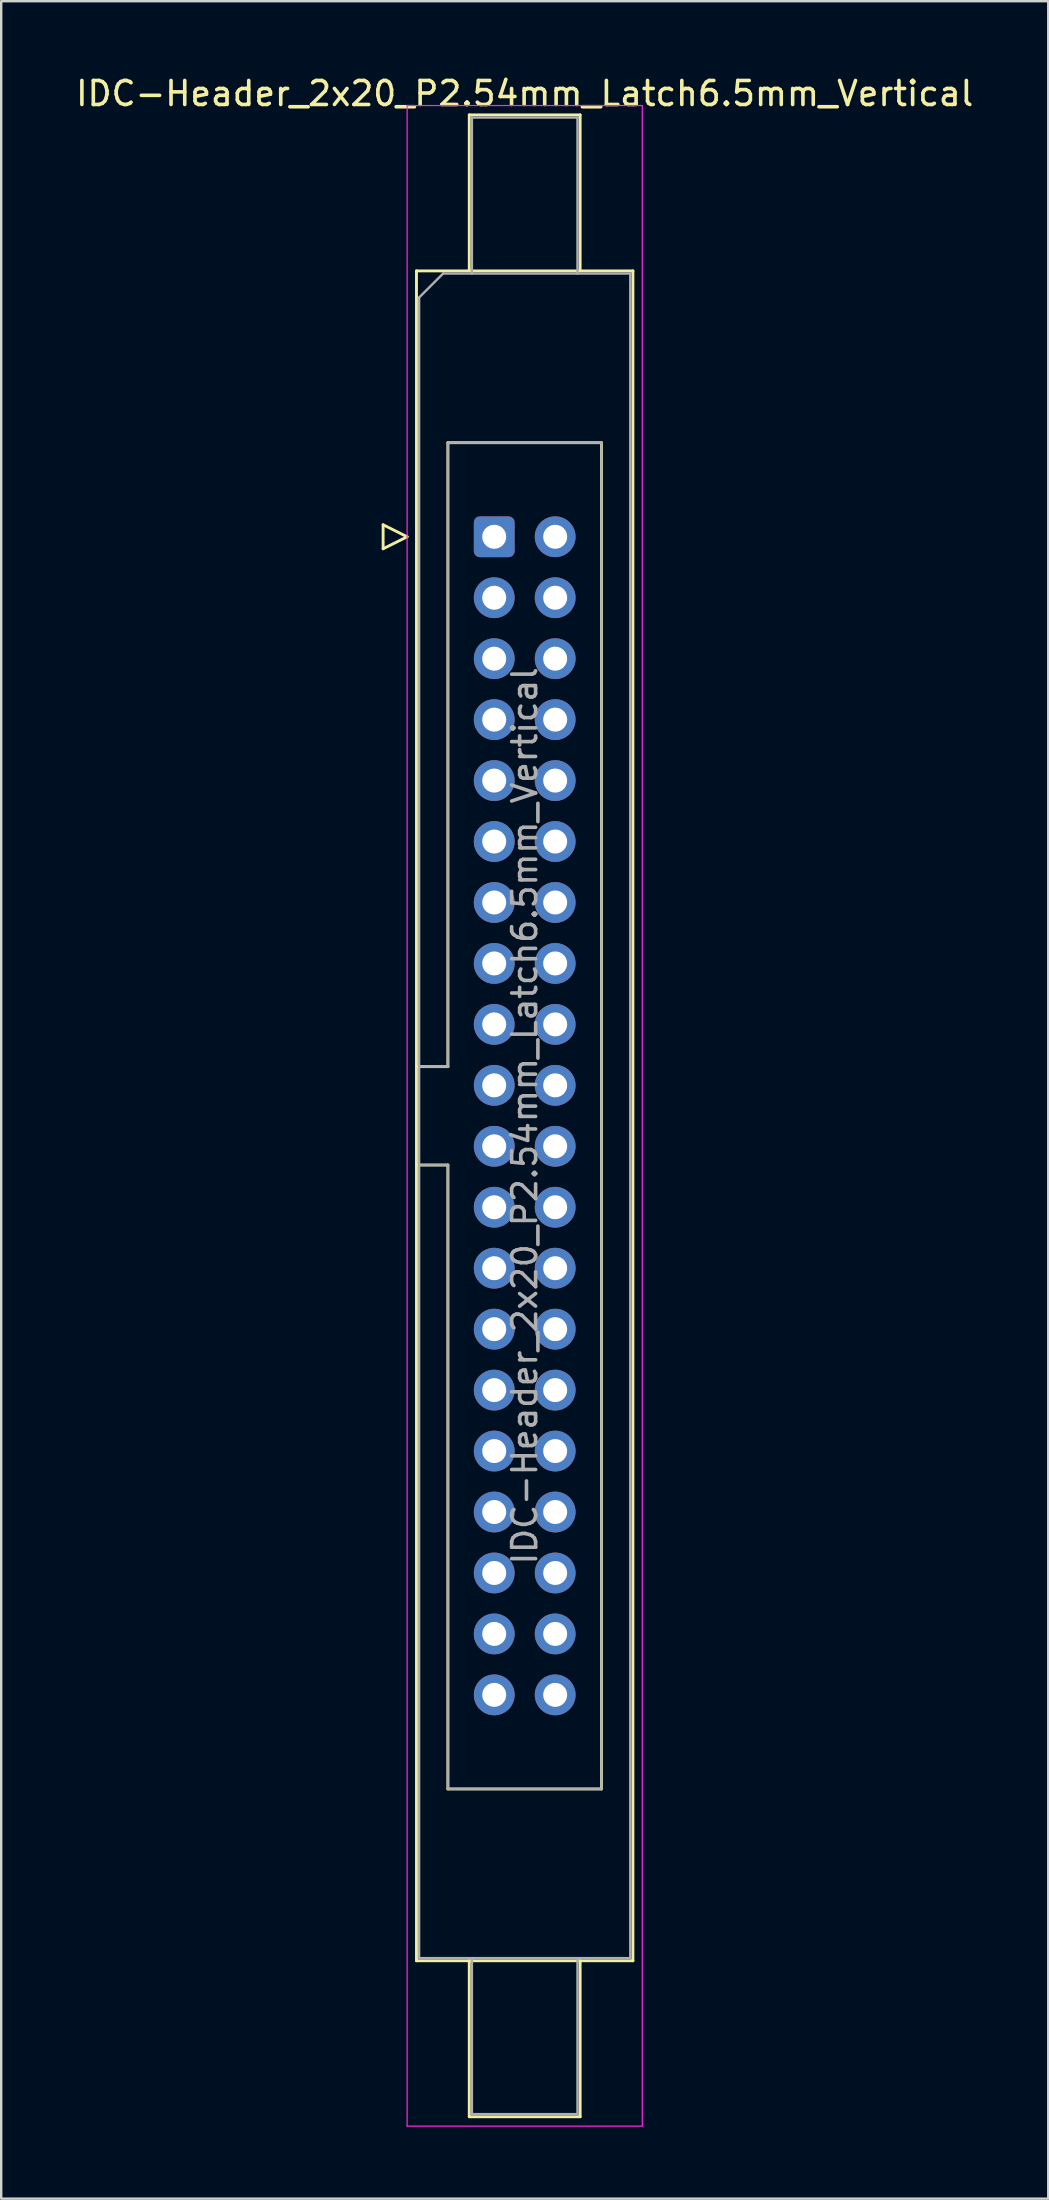
<source format=kicad_pcb>
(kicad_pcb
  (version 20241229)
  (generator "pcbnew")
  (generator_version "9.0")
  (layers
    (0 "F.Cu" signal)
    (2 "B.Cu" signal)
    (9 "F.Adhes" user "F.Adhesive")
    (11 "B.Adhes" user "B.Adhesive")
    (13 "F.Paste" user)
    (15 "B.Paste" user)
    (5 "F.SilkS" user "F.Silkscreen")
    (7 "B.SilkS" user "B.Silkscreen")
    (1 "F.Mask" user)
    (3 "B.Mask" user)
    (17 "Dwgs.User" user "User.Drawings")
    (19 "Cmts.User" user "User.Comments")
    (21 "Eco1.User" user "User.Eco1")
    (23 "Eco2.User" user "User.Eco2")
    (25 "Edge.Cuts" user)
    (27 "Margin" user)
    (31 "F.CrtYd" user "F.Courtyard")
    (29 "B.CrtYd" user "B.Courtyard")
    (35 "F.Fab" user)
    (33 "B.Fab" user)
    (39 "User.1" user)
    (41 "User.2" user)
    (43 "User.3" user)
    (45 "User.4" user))
  (footprint "IDC-Header_2x20_P2.54mm_Latch6.5mm_Vertical"
    (layer "F.Cu")
    (at 17.545 19.318)
    (property "Reference" "IDC-Header_2x20_P2.54mm_Latch6.5mm_Vertical" (at 1.27 -18.47 0) (layer "F.SilkS") (effects (font (size 1 1) (thickness 0.15))))
    (attr through_hole)
    (fp_line (start -4.63 -0.5) (end -4.63 0.5) (stroke (width 0.12) (type solid)) (layer "F.SilkS"))
    (fp_line (start -4.63 0.5) (end -3.63 0) (stroke (width 0.12) (type solid)) (layer "F.SilkS"))
    (fp_line (start -3.63 0) (end -4.63 -0.5) (stroke (width 0.12) (type solid)) (layer "F.SilkS"))
    (fp_line (start -3.24 -11.08) (end 5.78 -11.08) (stroke (width 0.12) (type solid)) (layer "F.SilkS"))
    (fp_line (start -3.24 22.08) (end -1.93 22.08) (stroke (width 0.12) (type solid)) (layer "F.SilkS"))
    (fp_line (start -3.24 59.34) (end -3.24 -11.08) (stroke (width 0.12) (type solid)) (layer "F.SilkS"))
    (fp_line (start -1.93 -3.92) (end 4.47 -3.92) (stroke (width 0.12) (type solid)) (layer "F.SilkS"))
    (fp_line (start -1.93 22.08) (end -1.93 -3.92) (stroke (width 0.12) (type solid)) (layer "F.SilkS"))
    (fp_line (start -1.93 26.18) (end -3.24 26.18) (stroke (width 0.12) (type solid)) (layer "F.SilkS"))
    (fp_line (start -1.93 52.18) (end -1.93 26.18) (stroke (width 0.12) (type solid)) (layer "F.SilkS"))
    (fp_line (start -1.04 -17.58) (end 3.58 -17.58) (stroke (width 0.12) (type solid)) (layer "F.SilkS"))
    (fp_line (start -1.04 -11.08) (end -1.04 -17.58) (stroke (width 0.12) (type solid)) (layer "F.SilkS"))
    (fp_line (start -1.04 59.34) (end -1.04 65.84) (stroke (width 0.12) (type solid)) (layer "F.SilkS"))
    (fp_line (start -1.04 65.84) (end 3.58 65.84) (stroke (width 0.12) (type solid)) (layer "F.SilkS"))
    (fp_line (start 3.58 -17.58) (end 3.58 -11.08) (stroke (width 0.12) (type solid)) (layer "F.SilkS"))
    (fp_line (start 3.58 65.84) (end 3.58 59.34) (stroke (width 0.12) (type solid)) (layer "F.SilkS"))
    (fp_line (start 4.47 -3.92) (end 4.47 52.18) (stroke (width 0.12) (type solid)) (layer "F.SilkS"))
    (fp_line (start 4.47 52.18) (end -1.93 52.18) (stroke (width 0.12) (type solid)) (layer "F.SilkS"))
    (fp_line (start 5.78 -11.08) (end 5.78 59.34) (stroke (width 0.12) (type solid)) (layer "F.SilkS"))
    (fp_line (start 5.78 59.34) (end -3.24 59.34) (stroke (width 0.12) (type solid)) (layer "F.SilkS"))
    (fp_line (start -3.63 -17.97) (end -3.63 66.23) (stroke (width 0.05) (type solid)) (layer "F.CrtYd"))
    (fp_line (start -3.63 66.23) (end 6.17 66.23) (stroke (width 0.05) (type solid)) (layer "F.CrtYd"))
    (fp_line (start 6.17 -17.97) (end -3.63 -17.97) (stroke (width 0.05) (type solid)) (layer "F.CrtYd"))
    (fp_line (start 6.17 66.23) (end 6.17 -17.97) (stroke (width 0.05) (type solid)) (layer "F.CrtYd"))
    (fp_line (start -3.13 -9.97) (end -2.13 -10.97) (stroke (width 0.1) (type solid)) (layer "F.Fab"))
    (fp_line (start -3.13 22.08) (end -1.93 22.08) (stroke (width 0.1) (type solid)) (layer "F.Fab"))
    (fp_line (start -3.13 59.23) (end -3.13 -9.97) (stroke (width 0.1) (type solid)) (layer "F.Fab"))
    (fp_line (start -2.13 -10.97) (end 5.67 -10.97) (stroke (width 0.1) (type solid)) (layer "F.Fab"))
    (fp_line (start -1.93 -3.92) (end 4.47 -3.92) (stroke (width 0.1) (type solid)) (layer "F.Fab"))
    (fp_line (start -1.93 22.08) (end -1.93 -3.92) (stroke (width 0.1) (type solid)) (layer "F.Fab"))
    (fp_line (start -1.93 26.18) (end -3.13 26.18) (stroke (width 0.1) (type solid)) (layer "F.Fab"))
    (fp_line (start -1.93 52.18) (end -1.93 26.18) (stroke (width 0.1) (type solid)) (layer "F.Fab"))
    (fp_line (start -0.93 -17.47) (end 3.47 -17.47) (stroke (width 0.1) (type solid)) (layer "F.Fab"))
    (fp_line (start -0.93 -10.97) (end -0.93 -17.47) (stroke (width 0.1) (type solid)) (layer "F.Fab"))
    (fp_line (start -0.93 59.23) (end -0.93 65.73) (stroke (width 0.1) (type solid)) (layer "F.Fab"))
    (fp_line (start -0.93 65.73) (end 3.47 65.73) (stroke (width 0.1) (type solid)) (layer "F.Fab"))
    (fp_line (start 3.47 -17.47) (end 3.47 -10.97) (stroke (width 0.1) (type solid)) (layer "F.Fab"))
    (fp_line (start 3.47 65.73) (end 3.47 59.23) (stroke (width 0.1) (type solid)) (layer "F.Fab"))
    (fp_line (start 4.47 -3.92) (end 4.47 52.18) (stroke (width 0.1) (type solid)) (layer "F.Fab"))
    (fp_line (start 4.47 52.18) (end -1.93 52.18) (stroke (width 0.1) (type solid)) (layer "F.Fab"))
    (fp_line (start 5.67 -10.97) (end 5.67 59.23) (stroke (width 0.1) (type solid)) (layer "F.Fab"))
    (fp_line (start 5.67 59.23) (end -3.13 59.23) (stroke (width 0.1) (type solid)) (layer "F.Fab"))
    (fp_text user "${REFERENCE}" (at 1.27 24.13 90) (layer "F.Fab") (effects (font (size 1 1) (thickness 0.15))))
    (pad "1" thru_hole roundrect (at 0 0) (size 1.7 1.7) (drill 1) (layers "*.Cu" "*.Mask") (roundrect_rratio 0.147))
    (pad "2" thru_hole circle (at 2.54 0) (size 1.7 1.7) (drill 1) (layers "*.Cu" "*.Mask"))
    (pad "3" thru_hole circle (at 0 2.54) (size 1.7 1.7) (drill 1) (layers "*.Cu" "*.Mask"))
    (pad "4" thru_hole circle (at 2.54 2.54) (size 1.7 1.7) (drill 1) (layers "*.Cu" "*.Mask"))
    (pad "5" thru_hole circle (at 0 5.08) (size 1.7 1.7) (drill 1) (layers "*.Cu" "*.Mask"))
    (pad "6" thru_hole circle (at 2.54 5.08) (size 1.7 1.7) (drill 1) (layers "*.Cu" "*.Mask"))
    (pad "7" thru_hole circle (at 0 7.62) (size 1.7 1.7) (drill 1) (layers "*.Cu" "*.Mask"))
    (pad "8" thru_hole circle (at 2.54 7.62) (size 1.7 1.7) (drill 1) (layers "*.Cu" "*.Mask"))
    (pad "9" thru_hole circle (at 0 10.16) (size 1.7 1.7) (drill 1) (layers "*.Cu" "*.Mask"))
    (pad "10" thru_hole circle (at 2.54 10.16) (size 1.7 1.7) (drill 1) (layers "*.Cu" "*.Mask"))
    (pad "11" thru_hole circle (at 0 12.7) (size 1.7 1.7) (drill 1) (layers "*.Cu" "*.Mask"))
    (pad "12" thru_hole circle (at 2.54 12.7) (size 1.7 1.7) (drill 1) (layers "*.Cu" "*.Mask"))
    (pad "13" thru_hole circle (at 0 15.24) (size 1.7 1.7) (drill 1) (layers "*.Cu" "*.Mask"))
    (pad "14" thru_hole circle (at 2.54 15.24) (size 1.7 1.7) (drill 1) (layers "*.Cu" "*.Mask"))
    (pad "15" thru_hole circle (at 0 17.78) (size 1.7 1.7) (drill 1) (layers "*.Cu" "*.Mask"))
    (pad "16" thru_hole circle (at 2.54 17.78) (size 1.7 1.7) (drill 1) (layers "*.Cu" "*.Mask"))
    (pad "17" thru_hole circle (at 0 20.32) (size 1.7 1.7) (drill 1) (layers "*.Cu" "*.Mask"))
    (pad "18" thru_hole circle (at 2.54 20.32) (size 1.7 1.7) (drill 1) (layers "*.Cu" "*.Mask"))
    (pad "19" thru_hole circle (at 0 22.86) (size 1.7 1.7) (drill 1) (layers "*.Cu" "*.Mask"))
    (pad "20" thru_hole circle (at 2.54 22.86) (size 1.7 1.7) (drill 1) (layers "*.Cu" "*.Mask"))
    (pad "21" thru_hole circle (at 0 25.4) (size 1.7 1.7) (drill 1) (layers "*.Cu" "*.Mask"))
    (pad "22" thru_hole circle (at 2.54 25.4) (size 1.7 1.7) (drill 1) (layers "*.Cu" "*.Mask"))
    (pad "23" thru_hole circle (at 0 27.94) (size 1.7 1.7) (drill 1) (layers "*.Cu" "*.Mask"))
    (pad "24" thru_hole circle (at 2.54 27.94) (size 1.7 1.7) (drill 1) (layers "*.Cu" "*.Mask"))
    (pad "25" thru_hole circle (at 0 30.48) (size 1.7 1.7) (drill 1) (layers "*.Cu" "*.Mask"))
    (pad "26" thru_hole circle (at 2.54 30.48) (size 1.7 1.7) (drill 1) (layers "*.Cu" "*.Mask"))
    (pad "27" thru_hole circle (at 0 33.02) (size 1.7 1.7) (drill 1) (layers "*.Cu" "*.Mask"))
    (pad "28" thru_hole circle (at 2.54 33.02) (size 1.7 1.7) (drill 1) (layers "*.Cu" "*.Mask"))
    (pad "29" thru_hole circle (at 0 35.56) (size 1.7 1.7) (drill 1) (layers "*.Cu" "*.Mask"))
    (pad "30" thru_hole circle (at 2.54 35.56) (size 1.7 1.7) (drill 1) (layers "*.Cu" "*.Mask"))
    (pad "31" thru_hole circle (at 0 38.1) (size 1.7 1.7) (drill 1) (layers "*.Cu" "*.Mask"))
    (pad "32" thru_hole circle (at 2.54 38.1) (size 1.7 1.7) (drill 1) (layers "*.Cu" "*.Mask"))
    (pad "33" thru_hole circle (at 0 40.64) (size 1.7 1.7) (drill 1) (layers "*.Cu" "*.Mask"))
    (pad "34" thru_hole circle (at 2.54 40.64) (size 1.7 1.7) (drill 1) (layers "*.Cu" "*.Mask"))
    (pad "35" thru_hole circle (at 0 43.18) (size 1.7 1.7) (drill 1) (layers "*.Cu" "*.Mask"))
    (pad "36" thru_hole circle (at 2.54 43.18) (size 1.7 1.7) (drill 1) (layers "*.Cu" "*.Mask"))
    (pad "37" thru_hole circle (at 0 45.72) (size 1.7 1.7) (drill 1) (layers "*.Cu" "*.Mask"))
    (pad "38" thru_hole circle (at 2.54 45.72) (size 1.7 1.7) (drill 1) (layers "*.Cu" "*.Mask"))
    (pad "39" thru_hole circle (at 0 48.26) (size 1.7 1.7) (drill 1) (layers "*.Cu" "*.Mask"))
    (pad "40" thru_hole circle (at 2.54 48.26) (size 1.7 1.7) (drill 1) (layers "*.Cu" "*.Mask")))
  (gr_rect
    (start -3 -3)
    (end 40.631 88.573)
    (stroke (width 0.1) (type default))
    (fill no)
    (layer "Edge.Cuts")))
</source>
